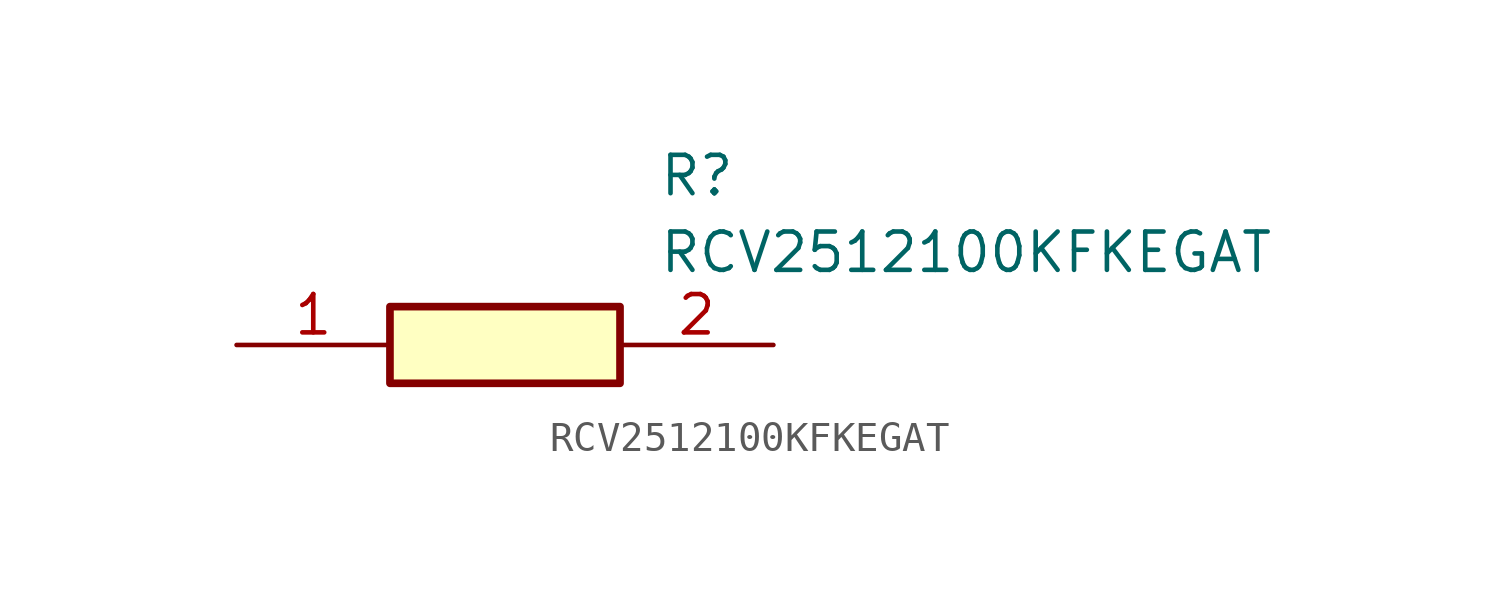
<source format=kicad_sym>
(kicad_symbol_lib
  (version 20211014)
  (generator SamacSys_ECAD_Model)
  (symbol "RCV2512100KFKEGAT"
    (pin_names hide)
    (property "Reference" "R"
      (at 13.97 6.35 0)
      (effects (font (size 1.27 1.27)) (justify left top)))
    (property "Value" "RCV2512100KFKEGAT"
      (at 13.97 3.81 0)
      (effects (font (size 1.27 1.27)) (justify left top)))
    (rectangle
      (start 5.08 1.27)
      (end 12.7 -1.27)
      (stroke (width 0.254) (type default))
      (fill (type background)))
    (pin passive line
      (at 0 0 0)
      (length 5.08)
      (name "1" (effects (font (size 1.27 1.27))))
      (number "1" (effects (font (size 1.27 1.27)))))
    (pin passive line
      (at 17.78 0 180)
      (length 5.08)
      (name "2" (effects (font (size 1.27 1.27))))
      (number "2" (effects (font (size 1.27 1.27)))))))
</source>
